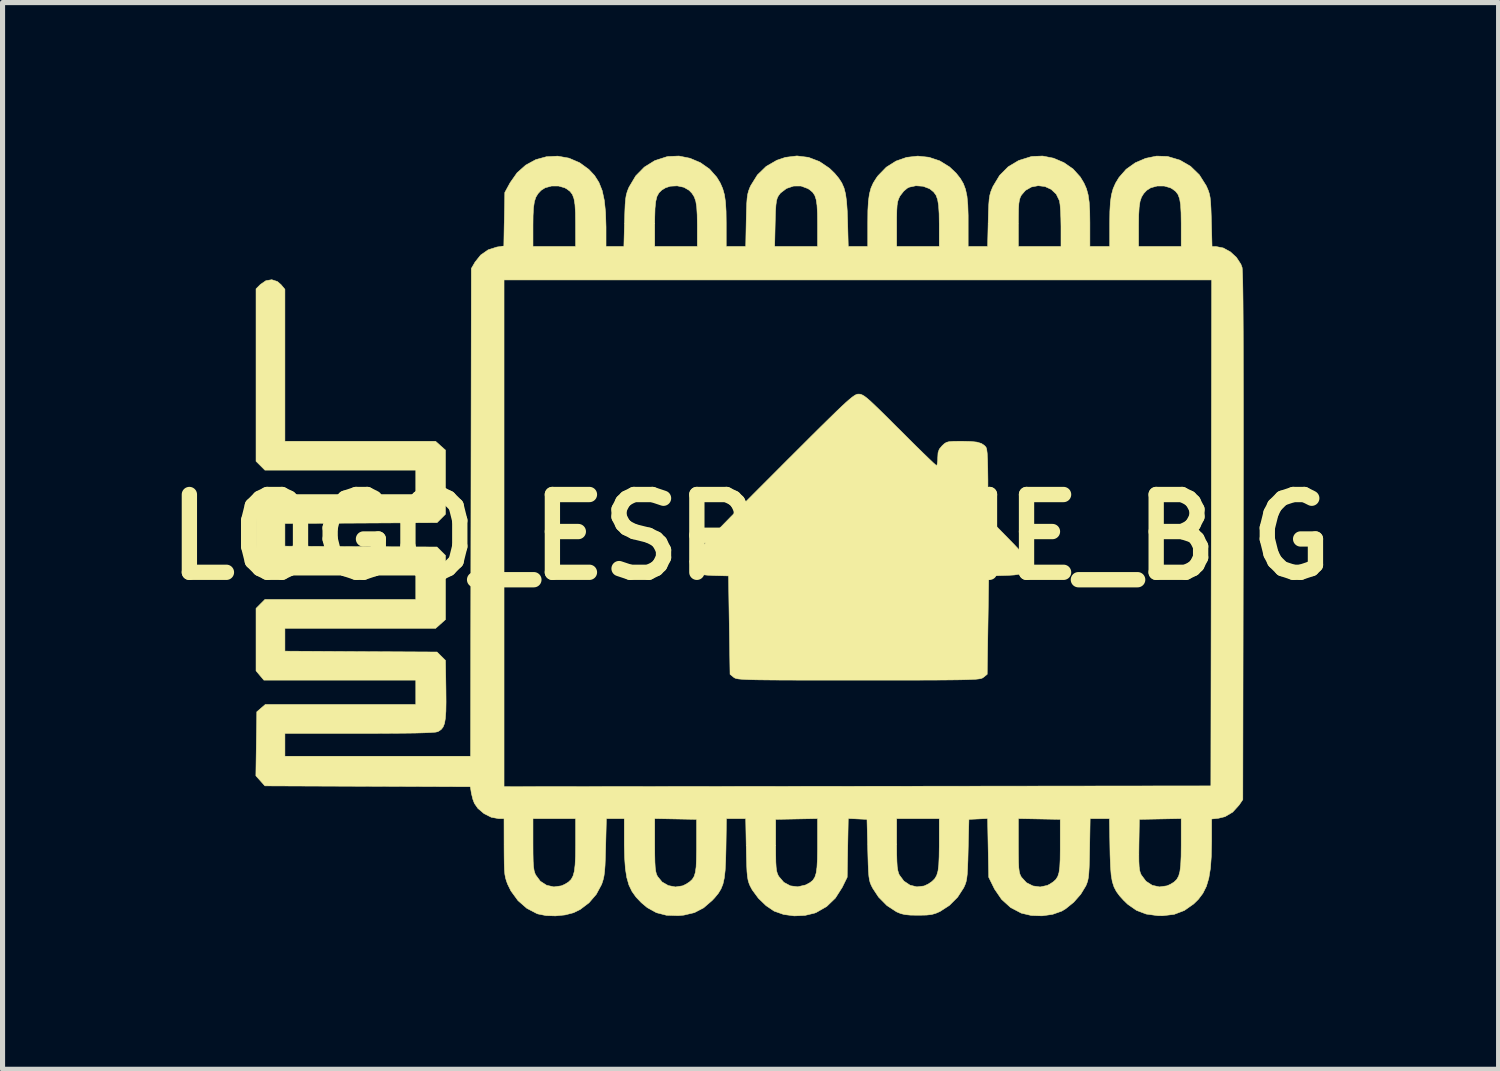
<source format=kicad_pcb>
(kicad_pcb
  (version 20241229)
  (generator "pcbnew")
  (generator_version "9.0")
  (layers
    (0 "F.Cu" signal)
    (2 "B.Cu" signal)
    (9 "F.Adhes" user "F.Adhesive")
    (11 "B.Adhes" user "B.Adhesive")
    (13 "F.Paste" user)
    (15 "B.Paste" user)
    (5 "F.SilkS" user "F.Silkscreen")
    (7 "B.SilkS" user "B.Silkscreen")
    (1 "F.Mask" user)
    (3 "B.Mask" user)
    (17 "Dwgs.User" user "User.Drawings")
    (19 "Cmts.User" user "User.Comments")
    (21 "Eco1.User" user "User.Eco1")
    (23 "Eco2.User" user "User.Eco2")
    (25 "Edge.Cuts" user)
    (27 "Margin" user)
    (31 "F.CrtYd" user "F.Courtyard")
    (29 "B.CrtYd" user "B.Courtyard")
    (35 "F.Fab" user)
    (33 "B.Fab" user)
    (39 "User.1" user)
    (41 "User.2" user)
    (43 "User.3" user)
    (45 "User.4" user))
  (footprint "LOGO_ESPHOME_BIG"
    (layer "F.Cu")
    (at 11.655 7.473)
    (property "Reference" "LOGO_ESPHOME_BIG" (at 0 0 0) (layer "F.SilkS") (effects (font (size 1.524 1.524) (thickness 0.3))))
    (attr through_hole)
    (fp_poly (pts (xy 2.148 -2.8) (xy 2.181 -2.789) (xy 2.221 -2.767) (xy 2.274 -2.728) (xy 2.343 -2.669) (xy 2.433 -2.584) (xy 2.55 -2.471) (xy 2.698 -2.325) (xy 2.882 -2.141) (xy 2.922 -2.102) (xy 3.09 -1.934) (xy 3.244 -1.781) (xy 3.381 -1.647) (xy 3.494 -1.538) (xy 3.579 -1.457) (xy 3.631 -1.411) (xy 3.644 -1.401) (xy 3.657 -1.428) (xy 3.665 -1.497) (xy 3.667 -1.553) (xy 3.673 -1.654) (xy 3.698 -1.724) (xy 3.752 -1.789) (xy 3.754 -1.791) (xy 3.796 -1.83) (xy 3.837 -1.856) (xy 3.89 -1.87) (xy 3.969 -1.876) (xy 4.09 -1.878) (xy 4.144 -1.878) (xy 4.314 -1.874) (xy 4.437 -1.861) (xy 4.524 -1.834) (xy 4.585 -1.792) (xy 4.612 -1.762) (xy 4.626 -1.723) (xy 4.636 -1.643) (xy 4.643 -1.518) (xy 4.647 -1.344) (xy 4.65 -1.115) (xy 4.65 -1.047) (xy 4.651 -0.38) (xy 5.038 0.015) (xy 5.183 0.164) (xy 5.289 0.278) (xy 5.361 0.366) (xy 5.404 0.435) (xy 5.42 0.492) (xy 5.415 0.546) (xy 5.393 0.603) (xy 5.381 0.627) (xy 5.351 0.675) (xy 5.312 0.708) (xy 5.254 0.729) (xy 5.164 0.742) (xy 5.033 0.75) (xy 4.934 0.753) (xy 4.666 0.76) (xy 4.651 1.724) (xy 4.636 2.688) (xy 4.565 2.745) (xy 4.551 2.756) (xy 4.532 2.765) (xy 4.505 2.773) (xy 4.465 2.779) (xy 4.409 2.785) (xy 4.333 2.789) (xy 4.232 2.793) (xy 4.104 2.796) (xy 3.943 2.798) (xy 3.746 2.8) (xy 3.509 2.801) (xy 3.228 2.802) (xy 2.899 2.802) (xy 2.518 2.802) (xy 2.117 2.802) (xy 1.684 2.802) (xy 1.307 2.802) (xy 0.982 2.802) (xy 0.704 2.801) (xy 0.471 2.8) (xy 0.277 2.798) (xy 0.118 2.796) (xy -0.008 2.793) (xy -0.106 2.789) (xy -0.181 2.784) (xy -0.235 2.779) (xy -0.274 2.772) (xy -0.3 2.764) (xy -0.319 2.755) (xy -0.332 2.745) (xy -0.402 2.688) (xy -0.417 1.724) (xy -0.432 0.76) (xy -0.715 0.753) (xy -0.847 0.746) (xy -0.961 0.734) (xy -1.041 0.72) (xy -1.062 0.712) (xy -1.134 0.646) (xy -1.181 0.546) (xy -1.192 0.469) (xy -1.177 0.44) (xy -1.131 0.383) (xy -1.053 0.294) (xy -0.941 0.173) (xy -0.794 0.019) (xy -0.61 -0.17) (xy -0.389 -0.396) (xy -0.129 -0.659) (xy 0.172 -0.961) (xy 0.41 -1.199) (xy 0.708 -1.498) (xy 0.968 -1.757) (xy 1.191 -1.98) (xy 1.381 -2.168) (xy 1.542 -2.326) (xy 1.674 -2.455) (xy 1.783 -2.559) (xy 1.87 -2.64) (xy 1.939 -2.7) (xy 1.993 -2.744) (xy 2.034 -2.773) (xy 2.066 -2.791) (xy 2.091 -2.8) (xy 2.113 -2.802) (xy 2.117 -2.802) (xy 2.148 -2.8)) (stroke (width 0.01) (type solid)) (fill yes) (layer "F.SilkS"))
    (fp_poly (pts (xy 1.135 -7.44) (xy 1.35 -7.358) (xy 1.546 -7.226) (xy 1.648 -7.127) (xy 1.727 -7.032) (xy 1.787 -6.94) (xy 1.831 -6.84) (xy 1.861 -6.723) (xy 1.881 -6.575) (xy 1.894 -6.389) (xy 1.901 -6.193) (xy 1.914 -5.694) (xy 2.296 -5.694) (xy 2.296 -6.13) (xy 2.862 -6.13) (xy 2.862 -5.694) (xy 3.697 -5.694) (xy 3.697 -6.129) (xy 3.694 -6.337) (xy 3.684 -6.495) (xy 3.665 -6.612) (xy 3.634 -6.698) (xy 3.587 -6.762) (xy 3.523 -6.814) (xy 3.504 -6.827) (xy 3.38 -6.874) (xy 3.239 -6.884) (xy 3.109 -6.856) (xy 3.071 -6.837) (xy 3.001 -6.778) (xy 2.936 -6.695) (xy 2.924 -6.677) (xy 2.9 -6.626) (xy 2.882 -6.571) (xy 2.871 -6.5) (xy 2.865 -6.401) (xy 2.862 -6.262) (xy 2.862 -6.13) (xy 2.296 -6.13) (xy 2.296 -6.166) (xy 2.298 -6.395) (xy 2.308 -6.576) (xy 2.328 -6.72) (xy 2.359 -6.838) (xy 2.405 -6.941) (xy 2.468 -7.041) (xy 2.497 -7.08) (xy 2.659 -7.247) (xy 2.849 -7.367) (xy 3.057 -7.44) (xy 3.276 -7.465) (xy 3.495 -7.442) (xy 3.705 -7.372) (xy 3.899 -7.252) (xy 4.027 -7.131) (xy 4.108 -7.029) (xy 4.168 -6.928) (xy 4.211 -6.815) (xy 4.24 -6.679) (xy 4.256 -6.511) (xy 4.263 -6.3) (xy 4.263 -6.185) (xy 4.263 -5.694) (xy 4.644 -5.694) (xy 5.247 -5.694) (xy 6.082 -5.694) (xy 6.082 -6.089) (xy 6.079 -6.247) (xy 6.073 -6.392) (xy 6.064 -6.51) (xy 6.053 -6.586) (xy 6.052 -6.59) (xy 5.989 -6.719) (xy 5.89 -6.813) (xy 5.768 -6.869) (xy 5.635 -6.885) (xy 5.503 -6.86) (xy 5.386 -6.793) (xy 5.305 -6.699) (xy 5.283 -6.655) (xy 5.267 -6.603) (xy 5.256 -6.532) (xy 5.25 -6.432) (xy 5.248 -6.291) (xy 5.247 -6.149) (xy 5.247 -5.694) (xy 4.644 -5.694) (xy 4.656 -6.193) (xy 4.661 -6.38) (xy 4.667 -6.519) (xy 4.675 -6.621) (xy 4.688 -6.7) (xy 4.706 -6.766) (xy 4.732 -6.831) (xy 4.75 -6.872) (xy 4.879 -7.086) (xy 5.047 -7.255) (xy 5.252 -7.378) (xy 5.491 -7.453) (xy 5.515 -7.458) (xy 5.723 -7.466) (xy 5.936 -7.424) (xy 6.139 -7.337) (xy 6.318 -7.213) (xy 6.459 -7.057) (xy 6.465 -7.047) (xy 6.531 -6.938) (xy 6.58 -6.828) (xy 6.613 -6.708) (xy 6.634 -6.563) (xy 6.645 -6.384) (xy 6.648 -6.157) (xy 6.648 -6.151) (xy 6.648 -5.694) (xy 7.036 -5.694) (xy 7.036 -6.112) (xy 7.602 -6.112) (xy 7.602 -5.694) (xy 8.437 -5.694) (xy 8.437 -6.149) (xy 8.434 -6.356) (xy 8.425 -6.512) (xy 8.406 -6.628) (xy 8.375 -6.712) (xy 8.329 -6.773) (xy 8.265 -6.821) (xy 8.225 -6.844) (xy 8.103 -6.879) (xy 7.967 -6.879) (xy 7.84 -6.844) (xy 7.761 -6.794) (xy 7.702 -6.731) (xy 7.659 -6.661) (xy 7.63 -6.574) (xy 7.613 -6.458) (xy 7.604 -6.303) (xy 7.602 -6.112) (xy 7.036 -6.112) (xy 7.036 -6.151) (xy 7.039 -6.379) (xy 7.049 -6.559) (xy 7.07 -6.704) (xy 7.103 -6.826) (xy 7.151 -6.935) (xy 7.217 -7.044) (xy 7.219 -7.047) (xy 7.358 -7.206) (xy 7.536 -7.333) (xy 7.74 -7.421) (xy 7.955 -7.465) (xy 8.166 -7.458) (xy 8.173 -7.457) (xy 8.411 -7.386) (xy 8.619 -7.266) (xy 8.792 -7.098) (xy 8.926 -6.886) (xy 8.938 -6.86) (xy 8.967 -6.793) (xy 8.988 -6.729) (xy 9.003 -6.656) (xy 9.013 -6.563) (xy 9.02 -6.438) (xy 9.026 -6.269) (xy 9.028 -6.193) (xy 9.041 -5.694) (xy 9.119 -5.693) (xy 9.261 -5.665) (xy 9.399 -5.59) (xy 9.519 -5.48) (xy 9.606 -5.347) (xy 9.63 -5.283) (xy 9.634 -5.244) (xy 9.638 -5.16) (xy 9.642 -5.029) (xy 9.645 -4.851) (xy 9.648 -4.624) (xy 9.65 -4.348) (xy 9.652 -4.02) (xy 9.653 -3.641) (xy 9.654 -3.208) (xy 9.655 -2.722) (xy 9.655 -2.181) (xy 9.655 -1.583) (xy 9.654 -0.928) (xy 9.653 -0.215) (xy 9.653 -0.015) (xy 9.644 5.143) (xy 9.571 5.25) (xy 9.446 5.388) (xy 9.295 5.477) (xy 9.168 5.508) (xy 9.033 5.523) (xy 9.033 5.959) (xy 9.027 6.248) (xy 9.01 6.486) (xy 8.978 6.682) (xy 8.93 6.843) (xy 8.862 6.979) (xy 8.773 7.097) (xy 8.681 7.187) (xy 8.499 7.315) (xy 8.299 7.391) (xy 8.071 7.418) (xy 7.975 7.416) (xy 7.751 7.385) (xy 7.561 7.313) (xy 7.39 7.194) (xy 7.313 7.12) (xy 7.231 7.03) (xy 7.168 6.945) (xy 7.121 6.855) (xy 7.087 6.75) (xy 7.065 6.621) (xy 7.052 6.457) (xy 7.044 6.249) (xy 7.043 6.211) (xy 7.607 6.211) (xy 7.608 6.352) (xy 7.613 6.453) (xy 7.622 6.526) (xy 7.637 6.58) (xy 7.654 6.618) (xy 7.747 6.742) (xy 7.87 6.822) (xy 8.011 6.853) (xy 8.158 6.832) (xy 8.226 6.802) (xy 8.296 6.759) (xy 8.349 6.708) (xy 8.387 6.641) (xy 8.412 6.549) (xy 8.427 6.424) (xy 8.435 6.256) (xy 8.437 6.038) (xy 8.437 6.029) (xy 8.437 5.514) (xy 8.027 5.522) (xy 7.617 5.53) (xy 7.609 6.022) (xy 7.607 6.211) (xy 7.043 6.211) (xy 7.041 6.104) (xy 7.031 5.515) (xy 6.653 5.515) (xy 6.643 6.104) (xy 6.639 6.31) (xy 6.634 6.467) (xy 6.627 6.584) (xy 6.618 6.67) (xy 6.605 6.736) (xy 6.586 6.791) (xy 6.569 6.832) (xy 6.468 6.998) (xy 6.331 7.154) (xy 6.174 7.281) (xy 6.098 7.327) (xy 5.917 7.391) (xy 5.71 7.42) (xy 5.5 7.413) (xy 5.308 7.368) (xy 5.302 7.366) (xy 5.093 7.256) (xy 4.918 7.097) (xy 4.779 6.894) (xy 4.764 6.863) (xy 4.666 6.664) (xy 4.654 6.04) (xy 5.247 6.04) (xy 5.248 6.233) (xy 5.25 6.375) (xy 5.255 6.478) (xy 5.264 6.551) (xy 5.277 6.603) (xy 5.296 6.645) (xy 5.307 6.663) (xy 5.405 6.77) (xy 5.532 6.834) (xy 5.674 6.854) (xy 5.814 6.824) (xy 5.864 6.798) (xy 5.932 6.753) (xy 5.983 6.706) (xy 6.019 6.648) (xy 6.043 6.57) (xy 6.058 6.463) (xy 6.065 6.318) (xy 6.067 6.124) (xy 6.067 6.053) (xy 6.067 5.53) (xy 5.657 5.522) (xy 5.247 5.514) (xy 5.247 6.04) (xy 4.654 6.04) (xy 4.644 5.513) (xy 4.278 5.53) (xy 4.263 6.126) (xy 4.258 6.332) (xy 4.252 6.488) (xy 4.245 6.604) (xy 4.235 6.689) (xy 4.222 6.754) (xy 4.203 6.809) (xy 4.179 6.863) (xy 4.175 6.871) (xy 4.056 7.055) (xy 3.895 7.216) (xy 3.711 7.335) (xy 3.628 7.371) (xy 3.547 7.394) (xy 3.448 7.405) (xy 3.312 7.408) (xy 3.279 7.408) (xy 3.133 7.406) (xy 3.027 7.396) (xy 2.943 7.376) (xy 2.863 7.343) (xy 2.856 7.339) (xy 2.671 7.218) (xy 2.508 7.053) (xy 2.394 6.88) (xy 2.365 6.824) (xy 2.344 6.773) (xy 2.329 6.716) (xy 2.318 6.644) (xy 2.31 6.546) (xy 2.304 6.414) (xy 2.299 6.236) (xy 2.296 6.126) (xy 2.281 5.53) (xy 1.97 5.515) (xy 2.862 5.515) (xy 2.862 6.015) (xy 2.863 6.208) (xy 2.867 6.352) (xy 2.873 6.456) (xy 2.885 6.532) (xy 2.901 6.588) (xy 2.914 6.618) (xy 3.004 6.739) (xy 3.124 6.819) (xy 3.259 6.852) (xy 3.399 6.835) (xy 3.481 6.797) (xy 3.553 6.748) (xy 3.607 6.695) (xy 3.646 6.63) (xy 3.672 6.542) (xy 3.687 6.422) (xy 3.694 6.263) (xy 3.697 6.053) (xy 3.697 6.03) (xy 3.697 5.515) (xy 2.862 5.515) (xy 1.97 5.515) (xy 1.914 5.513) (xy 1.903 6.089) (xy 1.893 6.664) (xy 1.795 6.863) (xy 1.662 7.072) (xy 1.491 7.237) (xy 1.287 7.354) (xy 1.256 7.366) (xy 1.065 7.412) (xy 0.855 7.421) (xy 0.648 7.393) (xy 0.466 7.329) (xy 0.461 7.327) (xy 0.303 7.22) (xy 0.154 7.076) (xy 0.033 6.912) (xy -0.01 6.832) (xy -0.032 6.778) (xy -0.049 6.72) (xy -0.061 6.649) (xy -0.07 6.554) (xy -0.076 6.427) (xy -0.081 6.256) (xy -0.084 6.104) (xy -0.095 5.53) (xy 0.492 5.53) (xy 0.492 6.037) (xy 0.493 6.226) (xy 0.495 6.366) (xy 0.501 6.466) (xy 0.51 6.538) (xy 0.525 6.591) (xy 0.545 6.635) (xy 0.553 6.648) (xy 0.651 6.763) (xy 0.779 6.832) (xy 0.924 6.851) (xy 1.075 6.816) (xy 1.095 6.807) (xy 1.166 6.768) (xy 1.22 6.724) (xy 1.259 6.664) (xy 1.285 6.582) (xy 1.301 6.468) (xy 1.309 6.313) (xy 1.312 6.11) (xy 1.312 6.044) (xy 1.312 5.514) (xy 0.902 5.522) (xy 0.492 5.53) (xy -0.095 5.53) (xy -0.095 5.515) (xy -0.473 5.515) (xy -0.482 6.104) (xy -0.488 6.342) (xy -0.498 6.531) (xy -0.515 6.679) (xy -0.541 6.797) (xy -0.58 6.894) (xy -0.633 6.981) (xy -0.704 7.067) (xy -0.754 7.12) (xy -0.921 7.264) (xy -1.1 7.357) (xy -1.307 7.406) (xy -1.416 7.416) (xy -1.647 7.409) (xy -1.845 7.358) (xy -2.024 7.259) (xy -2.141 7.161) (xy -2.243 7.054) (xy -2.323 6.942) (xy -2.383 6.817) (xy -2.425 6.67) (xy -2.453 6.493) (xy -2.468 6.275) (xy -2.474 6.029) (xy -1.878 6.029) (xy -1.877 6.223) (xy -1.874 6.367) (xy -1.868 6.472) (xy -1.858 6.547) (xy -1.844 6.602) (xy -1.824 6.646) (xy -1.733 6.757) (xy -1.611 6.827) (xy -1.471 6.854) (xy -1.331 6.832) (xy -1.261 6.798) (xy -1.193 6.753) (xy -1.142 6.706) (xy -1.106 6.648) (xy -1.082 6.57) (xy -1.067 6.463) (xy -1.061 6.318) (xy -1.058 6.124) (xy -1.058 6.053) (xy -1.058 5.53) (xy -1.468 5.522) (xy -1.878 5.514) (xy -1.878 6.029) (xy -2.474 6.029) (xy -2.474 6.008) (xy -2.474 5.955) (xy -2.474 5.515) (xy -2.825 5.515) (xy -2.839 6.074) (xy -2.845 6.278) (xy -2.851 6.433) (xy -2.86 6.55) (xy -2.872 6.64) (xy -2.889 6.715) (xy -2.911 6.784) (xy -2.922 6.811) (xy -3.023 6.999) (xy -3.166 7.165) (xy -3.339 7.296) (xy -3.468 7.359) (xy -3.633 7.402) (xy -3.821 7.421) (xy -4.006 7.415) (xy -4.166 7.383) (xy -4.186 7.376) (xy -4.383 7.273) (xy -4.556 7.122) (xy -4.695 6.932) (xy -4.759 6.802) (xy -4.783 6.738) (xy -4.801 6.676) (xy -4.814 6.606) (xy -4.822 6.517) (xy -4.826 6.399) (xy -4.828 6.24) (xy -4.829 6.074) (xy -4.83 5.515) (xy -4.263 5.515) (xy -4.263 6.015) (xy -4.262 6.208) (xy -4.259 6.352) (xy -4.252 6.456) (xy -4.241 6.532) (xy -4.224 6.588) (xy -4.211 6.618) (xy -4.119 6.742) (xy -3.996 6.821) (xy -3.854 6.853) (xy -3.707 6.832) (xy -3.639 6.802) (xy -3.569 6.759) (xy -3.516 6.708) (xy -3.479 6.641) (xy -3.453 6.549) (xy -3.438 6.423) (xy -3.43 6.256) (xy -3.428 6.037) (xy -3.428 6.03) (xy -3.428 5.515) (xy -4.263 5.515) (xy -4.83 5.515) (xy -4.935 5.515) (xy -5.079 5.489) (xy -5.221 5.418) (xy -5.342 5.315) (xy -5.41 5.217) (xy -5.44 5.139) (xy -5.465 5.039) (xy -5.47 5.017) (xy -5.49 4.89) (xy -9.515 4.874) (xy -9.692 4.676) (xy -9.683 4.05) (xy -9.674 3.423) (xy -9.507 3.279) (xy -6.559 3.279) (xy -6.559 2.802) (xy -9.535 2.802) (xy -9.612 2.711) (xy -9.689 2.619) (xy -9.689 1.397) (xy -9.602 1.309) (xy -9.515 1.222) (xy -6.559 1.222) (xy -6.559 0.745) (xy -9.515 0.745) (xy -9.689 0.571) (xy -9.689 -0.66) (xy -9.602 -0.748) (xy -9.515 -0.835) (xy -6.559 -0.835) (xy -6.559 -1.312) (xy -9.515 -1.312) (xy -9.602 -1.399) (xy -9.689 -1.486) (xy -9.689 -4.864) (xy -9.602 -4.951) (xy -9.495 -5.024) (xy -9.38 -5.043) (xy -9.271 -5.008) (xy -9.2 -4.947) (xy -9.123 -4.855) (xy -9.123 -1.878) (xy -6.172 -1.878) (xy -6.075 -1.791) (xy -5.977 -1.704) (xy -5.977 -0.449) (xy -6.143 -0.283) (xy -7.633 -0.275) (xy -9.123 -0.267) (xy -9.123 0.177) (xy -7.633 0.186) (xy -6.143 0.194) (xy -5.977 0.359) (xy -5.977 1.615) (xy -6.172 1.789) (xy -9.123 1.789) (xy -9.123 2.234) (xy -7.633 2.243) (xy -6.143 2.251) (xy -5.977 2.416) (xy -5.968 2.996) (xy -5.966 3.23) (xy -5.969 3.412) (xy -5.979 3.549) (xy -5.996 3.65) (xy -6.024 3.721) (xy -6.062 3.769) (xy -6.113 3.804) (xy -6.129 3.812) (xy -6.171 3.821) (xy -6.257 3.828) (xy -6.389 3.834) (xy -6.57 3.839) (xy -6.803 3.842) (xy -7.088 3.844) (xy -7.43 3.846) (xy -7.663 3.846) (xy -9.123 3.846) (xy -9.123 4.293) (xy -5.486 4.293) (xy -5.478 -0.484) (xy -5.471 -5.038) (xy -4.83 -5.038) (xy -4.83 4.889) (xy 2.094 4.882) (xy 9.018 4.874) (xy 9.026 -0.082) (xy 9.033 -5.038) (xy -4.83 -5.038) (xy -5.471 -5.038) (xy -5.471 -5.262) (xy -5.398 -5.388) (xy -5.287 -5.527) (xy -5.14 -5.629) (xy -4.974 -5.682) (xy -4.966 -5.684) (xy -4.834 -5.702) (xy -4.827 -6.112) (xy -4.263 -6.112) (xy -4.263 -5.694) (xy -3.428 -5.694) (xy -3.429 -6.149) (xy -3.431 -6.356) (xy -3.44 -6.512) (xy -3.459 -6.628) (xy -3.49 -6.712) (xy -3.536 -6.773) (xy -3.6 -6.821) (xy -3.641 -6.844) (xy -3.762 -6.879) (xy -3.898 -6.879) (xy -4.025 -6.844) (xy -4.104 -6.794) (xy -4.163 -6.731) (xy -4.206 -6.661) (xy -4.235 -6.574) (xy -4.252 -6.458) (xy -4.261 -6.303) (xy -4.263 -6.112) (xy -4.827 -6.112) (xy -4.824 -6.227) (xy -4.815 -6.752) (xy -4.711 -6.943) (xy -4.574 -7.138) (xy -4.404 -7.289) (xy -4.209 -7.395) (xy -3.998 -7.453) (xy -3.778 -7.464) (xy -3.559 -7.425) (xy -3.349 -7.335) (xy -3.17 -7.205) (xy -3.057 -7.085) (xy -2.971 -6.949) (xy -2.907 -6.789) (xy -2.865 -6.595) (xy -2.841 -6.361) (xy -2.832 -6.076) (xy -2.832 -6.059) (xy -2.832 -5.694) (xy -2.482 -5.694) (xy -1.878 -5.694) (xy -1.043 -5.694) (xy -1.043 -6.112) (xy -1.046 -6.314) (xy -1.055 -6.466) (xy -1.073 -6.58) (xy -1.103 -6.666) (xy -1.147 -6.735) (xy -1.203 -6.794) (xy -1.306 -6.854) (xy -1.437 -6.882) (xy -1.572 -6.875) (xy -1.666 -6.844) (xy -1.74 -6.799) (xy -1.795 -6.745) (xy -1.834 -6.674) (xy -1.858 -6.576) (xy -1.872 -6.441) (xy -1.877 -6.261) (xy -1.878 -6.149) (xy -1.878 -5.694) (xy -2.482 -5.694) (xy -2.469 -6.193) (xy -2.463 -6.381) (xy -2.457 -6.521) (xy -2.448 -6.625) (xy -2.435 -6.704) (xy -2.416 -6.77) (xy -2.391 -6.835) (xy -2.379 -6.86) (xy -2.25 -7.077) (xy -2.081 -7.249) (xy -1.877 -7.376) (xy -1.642 -7.452) (xy -1.614 -7.457) (xy -1.403 -7.466) (xy -1.188 -7.423) (xy -0.984 -7.337) (xy -0.804 -7.211) (xy -0.664 -7.053) (xy -0.66 -7.047) (xy -0.594 -6.938) (xy -0.546 -6.828) (xy -0.512 -6.708) (xy -0.491 -6.563) (xy -0.48 -6.384) (xy -0.477 -6.157) (xy -0.477 -6.151) (xy -0.477 -5.694) (xy -0.095 -5.694) (xy 0.472 -5.694) (xy 1.312 -5.694) (xy 1.312 -6.143) (xy 1.31 -6.346) (xy 1.302 -6.5) (xy 1.285 -6.613) (xy 1.258 -6.695) (xy 1.217 -6.756) (xy 1.159 -6.805) (xy 1.124 -6.828) (xy 0.988 -6.879) (xy 0.843 -6.878) (xy 0.704 -6.831) (xy 0.586 -6.741) (xy 0.546 -6.688) (xy 0.524 -6.646) (xy 0.508 -6.588) (xy 0.497 -6.506) (xy 0.489 -6.387) (xy 0.484 -6.223) (xy 0.482 -6.15) (xy 0.472 -5.694) (xy -0.095 -5.694) (xy -0.085 -6.208) (xy -0.08 -6.398) (xy -0.075 -6.539) (xy -0.067 -6.643) (xy -0.055 -6.722) (xy -0.038 -6.785) (xy -0.015 -6.846) (xy 0.004 -6.887) (xy 0.134 -7.096) (xy 0.305 -7.262) (xy 0.514 -7.383) (xy 0.682 -7.44) (xy 0.909 -7.468) (xy 1.135 -7.44)) (stroke (width 0.01) (type solid)) (fill yes) (layer "F.SilkS")))
  (gr_rect
    (start -3 -3)
    (end 26.31 17.899)
    (stroke (width 0.1) (type default))
    (fill no)
    (layer "Edge.Cuts")))
</source>
